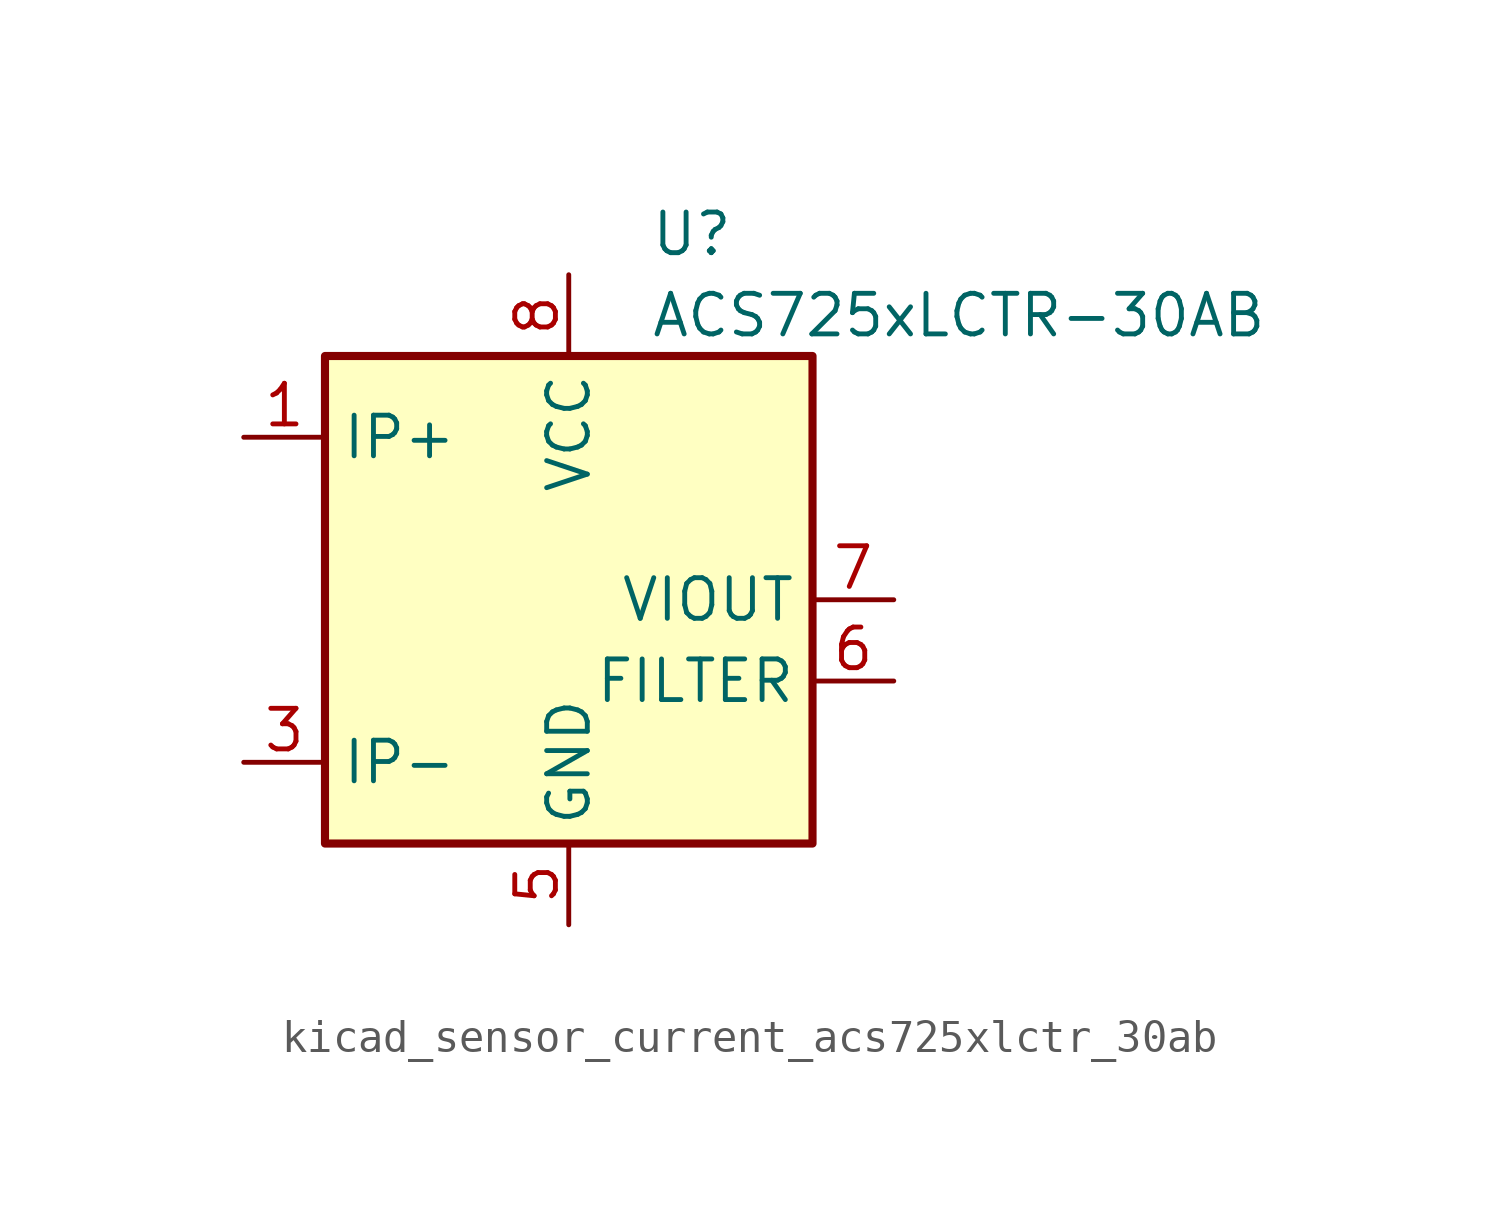
<source format=kicad_sym>
(kicad_symbol_lib
  (version 20220914)
  (generator kicad_symbol_editor)
  (symbol "kicad_sensor_current_acs725xlctr_30ab"
    (property "Reference" "U"
      (at 2.54 11.43 0)
      (effects (font (size 1.27 1.27)) (justify left)))
    (property "Value" "ACS725xLCTR-30AB"
      (at 2.54 8.89 0)
      (effects (font (size 1.27 1.27)) (justify left)))
    (symbol "kicad_sensor_current_acs725xlctr_30ab_0_1"
      (rectangle (start -7.62 7.62) (end 7.62 -7.62) (stroke (width 0.254) (type default)) (fill (type background))))
    (symbol "kicad_sensor_current_acs725xlctr_30ab_1_1"
      (pin passive line (at -10.16 5.08 0) (length 2.54) (name "IP+" (effects (font (size 1.27 1.27)))) (number "1" (effects (font (size 1.27 1.27)))))
      (pin passive line (at -10.16 5.08 0) (length 2.54) hide (name "IP+" (effects (font (size 1.27 1.27)))) (number "2" (effects (font (size 1.27 1.27)))))
      (pin passive line (at -10.16 -5.08 0) (length 2.54) (name "IP-" (effects (font (size 1.27 1.27)))) (number "3" (effects (font (size 1.27 1.27)))))
      (pin passive line (at -10.16 -5.08 0) (length 2.54) hide (name "IP-" (effects (font (size 1.27 1.27)))) (number "4" (effects (font (size 1.27 1.27)))))
      (pin power_in line (at 0 -10.16 90) (length 2.54) (name "GND" (effects (font (size 1.27 1.27)))) (number "5" (effects (font (size 1.27 1.27)))))
      (pin passive line (at 10.16 -2.54 180) (length 2.54) (name "FILTER" (effects (font (size 1.27 1.27)))) (number "6" (effects (font (size 1.27 1.27)))))
      (pin output line (at 10.16 0 180) (length 2.54) (name "VIOUT" (effects (font (size 1.27 1.27)))) (number "7" (effects (font (size 1.27 1.27)))))
      (pin power_in line (at 0 10.16 270) (length 2.54) (name "VCC" (effects (font (size 1.27 1.27)))) (number "8" (effects (font (size 1.27 1.27))))))))
</source>
